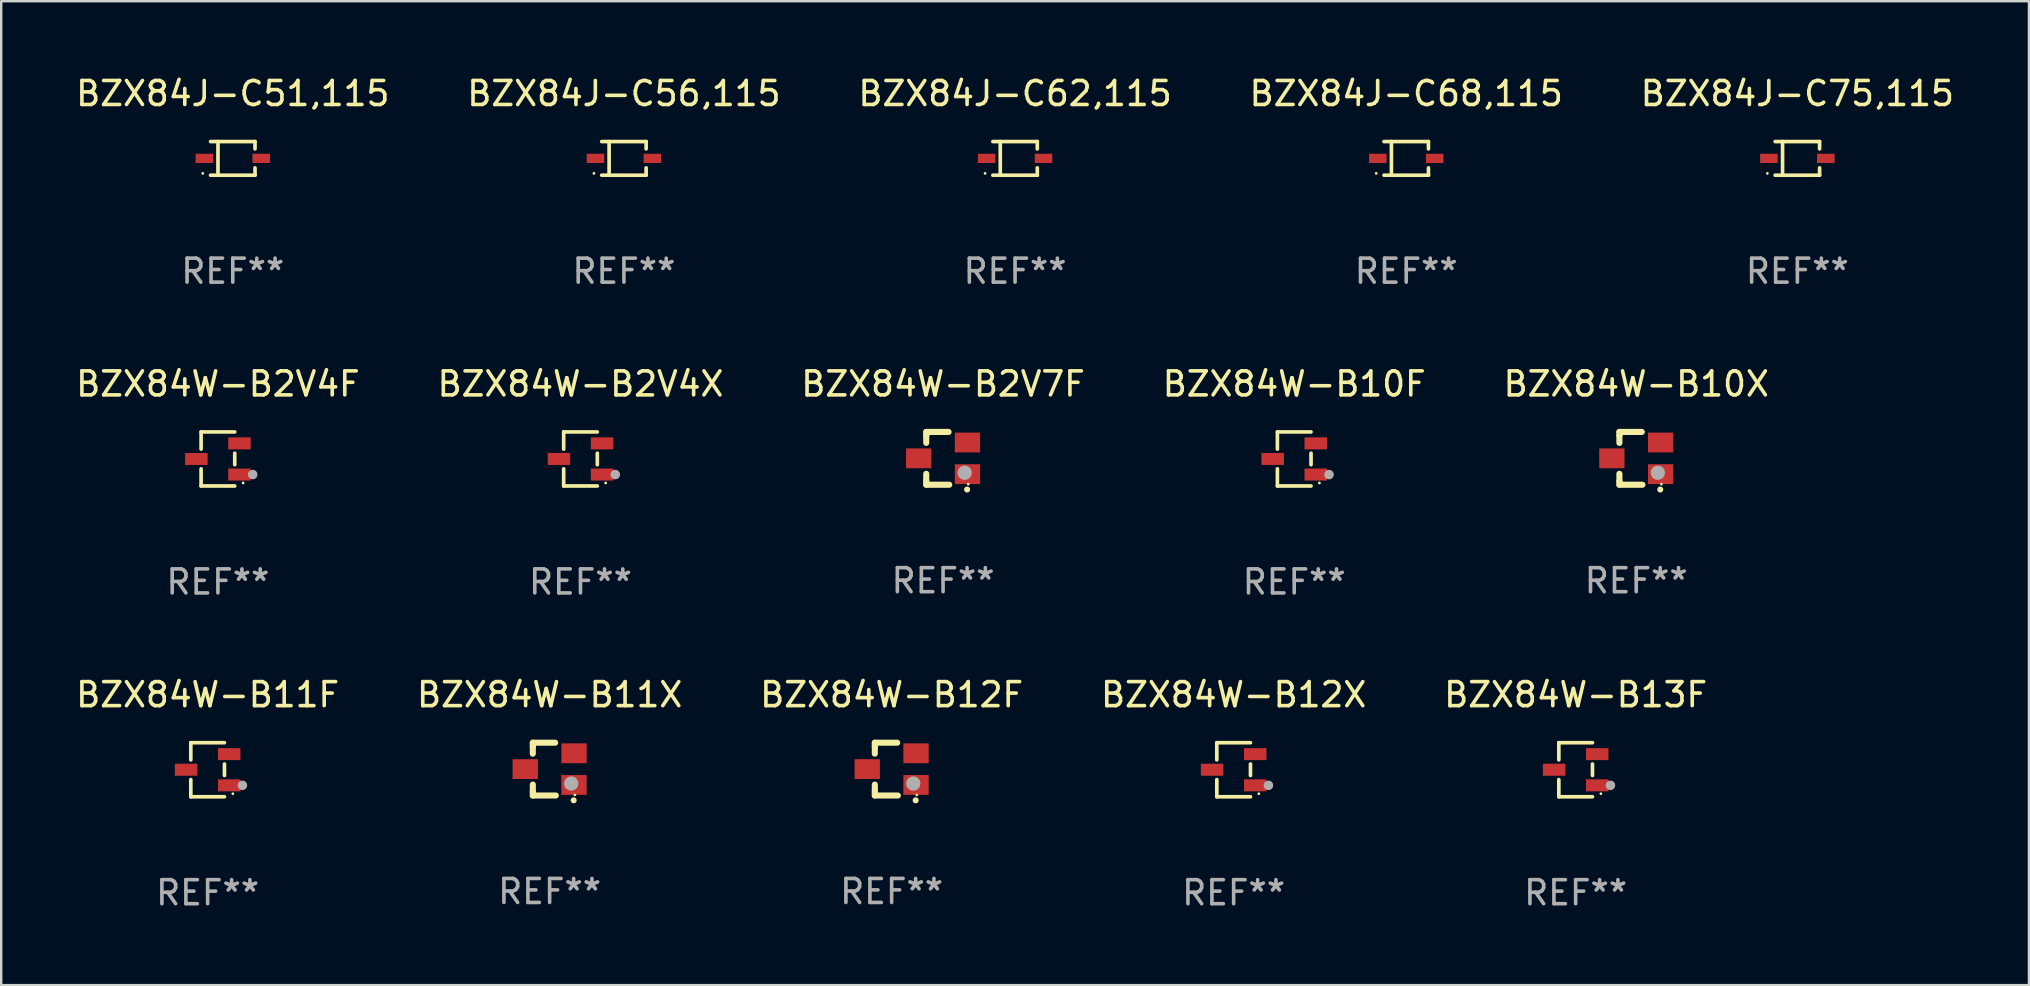
<source format=kicad_pcb>
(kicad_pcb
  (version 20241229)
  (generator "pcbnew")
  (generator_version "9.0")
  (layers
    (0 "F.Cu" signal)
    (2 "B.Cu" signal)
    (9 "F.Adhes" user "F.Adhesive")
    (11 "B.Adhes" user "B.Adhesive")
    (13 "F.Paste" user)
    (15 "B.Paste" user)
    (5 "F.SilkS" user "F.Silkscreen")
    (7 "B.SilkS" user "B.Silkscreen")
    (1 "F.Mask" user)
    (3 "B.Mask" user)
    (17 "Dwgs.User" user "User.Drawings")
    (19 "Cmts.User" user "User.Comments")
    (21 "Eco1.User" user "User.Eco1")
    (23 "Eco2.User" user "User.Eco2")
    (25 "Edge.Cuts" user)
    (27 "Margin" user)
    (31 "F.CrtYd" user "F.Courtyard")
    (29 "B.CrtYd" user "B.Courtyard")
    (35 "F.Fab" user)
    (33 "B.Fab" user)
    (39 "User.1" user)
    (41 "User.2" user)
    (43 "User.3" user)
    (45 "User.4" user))
  (footprint "BZX84W-B11X"
    (layer "F.Cu")
    (at 19.851 28.996)
    (property "Reference" "BZX84W-B11X" (at 0 -3.1 0) (layer "F.SilkS") (effects (font (size 1 1) (thickness 0.15))))
    (attr through_hole)
    (fp_line (start -0.701 -0.95) (end -0.701 -1.1) (stroke (width 0.254) (type solid)) (layer "F.SilkS"))
    (fp_line (start -0.701 -0.644) (end -0.701 -0.95) (stroke (width 0.254) (type solid)) (layer "F.SilkS"))
    (fp_line (start -0.701 0.95) (end -0.701 0.644) (stroke (width 0.254) (type solid)) (layer "F.SilkS"))
    (fp_line (start -0.701 0.95) (end -0.701 1.1) (stroke (width 0.254) (type solid)) (layer "F.SilkS"))
    (fp_line (start -0.7 -1.1) (end 0.23 -1.1) (stroke (width 0.254) (type solid)) (layer "F.SilkS"))
    (fp_line (start -0.7 1.1) (end 0.258 1.1) (stroke (width 0.254) (type solid)) (layer "F.SilkS"))
    (fp_arc (start 1 1.3) (mid 1.00127 1.299994) (end 1.00254 1.3) (stroke (width 0.24892) (type solid)) (layer "F.SilkS"))
    (fp_circle (center 1.05 1.075) (end 1.08 1.075) (stroke (width 0.06) (type solid)) (fill no) (layer "F.SilkS"))
    (fp_circle (center 0.9 0.6) (end 1.05 0.6) (stroke (width 0.3) (type solid)) (fill no) (layer "F.Fab"))
    (fp_text user "REF**" (at 0 5.1 0) (layer "F.Fab") (effects (font (size 1 1) (thickness 0.15))))
    (pad "1" smd rect (at 1.016 0.66) (size 1.054 0.826) (layers "F.Cu" "F.Mask" "F.Paste"))
    (pad "2" smd rect (at 1.016 -0.66) (size 1.054 0.826) (layers "F.Cu" "F.Mask" "F.Paste"))
    (pad "3" smd rect (at -1.016 0) (size 1.054 0.826) (layers "F.Cu" "F.Mask" "F.Paste")))
  (footprint "BZX84W-B12F"
    (layer "F.Cu")
    (at 34.101 28.996)
    (property "Reference" "BZX84W-B12F" (at 0 -3.1 0) (layer "F.SilkS") (effects (font (size 1 1) (thickness 0.15))))
    (attr through_hole)
    (fp_line (start -0.701 -0.95) (end -0.701 -1.1) (stroke (width 0.254) (type solid)) (layer "F.SilkS"))
    (fp_line (start -0.701 -0.644) (end -0.701 -0.95) (stroke (width 0.254) (type solid)) (layer "F.SilkS"))
    (fp_line (start -0.701 0.95) (end -0.701 0.644) (stroke (width 0.254) (type solid)) (layer "F.SilkS"))
    (fp_line (start -0.701 0.95) (end -0.701 1.1) (stroke (width 0.254) (type solid)) (layer "F.SilkS"))
    (fp_line (start -0.7 -1.1) (end 0.23 -1.1) (stroke (width 0.254) (type solid)) (layer "F.SilkS"))
    (fp_line (start -0.7 1.1) (end 0.258 1.1) (stroke (width 0.254) (type solid)) (layer "F.SilkS"))
    (fp_arc (start 1 1.3) (mid 1.00127 1.299994) (end 1.00254 1.3) (stroke (width 0.24892) (type solid)) (layer "F.SilkS"))
    (fp_circle (center 1.05 1.075) (end 1.08 1.075) (stroke (width 0.06) (type solid)) (fill no) (layer "F.SilkS"))
    (fp_circle (center 0.9 0.6) (end 1.05 0.6) (stroke (width 0.3) (type solid)) (fill no) (layer "F.Fab"))
    (fp_text user "REF**" (at 0 5.1 0) (layer "F.Fab") (effects (font (size 1 1) (thickness 0.15))))
    (pad "1" smd rect (at 1.016 0.66) (size 1.054 0.826) (layers "F.Cu" "F.Mask" "F.Paste"))
    (pad "2" smd rect (at 1.016 -0.66) (size 1.054 0.826) (layers "F.Cu" "F.Mask" "F.Paste"))
    (pad "3" smd rect (at -1.016 0) (size 1.054 0.826) (layers "F.Cu" "F.Mask" "F.Paste")))
  (footprint "BZX84J-C68,115"
    (layer "F.Cu")
    (at 55.542 3.549)
    (property "Reference" "BZX84J-C68,115" (at 0 -2.701 0) (layer "F.SilkS") (effects (font (size 1 1) (thickness 0.15))))
    (attr through_hole)
    (fp_line (start -0.926 -0.701) (end 0.926 -0.701) (stroke (width 0.152) (type solid)) (layer "F.SilkS"))
    (fp_line (start -0.926 0.701) (end 0.926 0.701) (stroke (width 0.152) (type solid)) (layer "F.SilkS"))
    (fp_line (start -0.617 -0.701) (end -0.617 0.701) (stroke (width 0.152) (type solid)) (layer "F.SilkS"))
    (fp_line (start 0.926 -0.701) (end 0.926 -0.396) (stroke (width 0.152) (type solid)) (layer "F.SilkS"))
    (fp_line (start 0.926 0.701) (end 0.926 0.396) (stroke (width 0.152) (type solid)) (layer "F.SilkS"))
    (fp_circle (center -1.25 0.625) (end -1.22 0.625) (stroke (width 0.06) (type solid)) (fill no) (layer "F.SilkS"))
    (fp_text user "REF**" (at 0 4.701 0) (layer "F.Fab") (effects (font (size 1 1) (thickness 0.15))))
    (pad "1" smd rect (at -1.185 0 180) (size 0.73 0.385) (layers "F.Cu" "F.Mask" "F.Paste"))
    (pad "2" smd rect (at 1.185 0 180) (size 0.73 0.385) (layers "F.Cu" "F.Mask" "F.Paste")))
  (footprint "BZX84W-B10X"
    (layer "F.Cu")
    (at 65.125 16.047)
    (property "Reference" "BZX84W-B10X" (at 0 -3.1 0) (layer "F.SilkS") (effects (font (size 1 1) (thickness 0.15))))
    (attr through_hole)
    (fp_line (start -0.701 -0.95) (end -0.701 -1.1) (stroke (width 0.254) (type solid)) (layer "F.SilkS"))
    (fp_line (start -0.701 -0.644) (end -0.701 -0.95) (stroke (width 0.254) (type solid)) (layer "F.SilkS"))
    (fp_line (start -0.701 0.95) (end -0.701 0.644) (stroke (width 0.254) (type solid)) (layer "F.SilkS"))
    (fp_line (start -0.701 0.95) (end -0.701 1.1) (stroke (width 0.254) (type solid)) (layer "F.SilkS"))
    (fp_line (start -0.7 -1.1) (end 0.23 -1.1) (stroke (width 0.254) (type solid)) (layer "F.SilkS"))
    (fp_line (start -0.7 1.1) (end 0.258 1.1) (stroke (width 0.254) (type solid)) (layer "F.SilkS"))
    (fp_arc (start 1 1.3) (mid 1.00127 1.299994) (end 1.00254 1.3) (stroke (width 0.24892) (type solid)) (layer "F.SilkS"))
    (fp_circle (center 1.05 1.075) (end 1.08 1.075) (stroke (width 0.06) (type solid)) (fill no) (layer "F.SilkS"))
    (fp_circle (center 0.9 0.6) (end 1.05 0.6) (stroke (width 0.3) (type solid)) (fill no) (layer "F.Fab"))
    (fp_text user "REF**" (at 0 5.1 0) (layer "F.Fab") (effects (font (size 1 1) (thickness 0.15))))
    (pad "1" smd rect (at 1.016 0.66) (size 1.054 0.826) (layers "F.Cu" "F.Mask" "F.Paste"))
    (pad "2" smd rect (at 1.016 -0.66) (size 1.054 0.826) (layers "F.Cu" "F.Mask" "F.Paste"))
    (pad "3" smd rect (at -1.016 0) (size 1.054 0.826) (layers "F.Cu" "F.Mask" "F.Paste")))
  (footprint "BZX84W-B13F"
    (layer "F.Cu")
    (at 62.601 29.022)
    (property "Reference" "BZX84W-B13F" (at 0 -3.126 0) (layer "F.SilkS") (effects (font (size 1 1) (thickness 0.15))))
    (attr through_hole)
    (fp_line (start -0.701 -1.126) (end -0.701 -0.411) (stroke (width 0.152) (type solid)) (layer "F.SilkS"))
    (fp_line (start -0.701 1.126) (end -0.701 0.411) (stroke (width 0.152) (type solid)) (layer "F.SilkS"))
    (fp_line (start 0.701 -1.126) (end -0.701 -1.126) (stroke (width 0.152) (type solid)) (layer "F.SilkS"))
    (fp_line (start 0.701 -0.239) (end 0.701 0.239) (stroke (width 0.152) (type solid)) (layer "F.SilkS"))
    (fp_line (start 0.701 1.126) (end -0.701 1.126) (stroke (width 0.152) (type solid)) (layer "F.SilkS"))
    (fp_circle (center 1.05 1) (end 1.08 1) (stroke (width 0.06) (type solid)) (fill no) (layer "F.SilkS"))
    (fp_circle (center 1.45 0.65) (end 1.55 0.65) (stroke (width 0.2) (type solid)) (fill no) (layer "F.Fab"))
    (fp_text user "REF**" (at 0 5.126 0) (layer "F.Fab") (effects (font (size 1 1) (thickness 0.15))))
    (pad "1" smd rect (at 0.898 0.65) (size 0.936 0.5) (layers "F.Cu" "F.Mask" "F.Paste"))
    (pad "2" smd rect (at 0.898 -0.65) (size 0.936 0.5) (layers "F.Cu" "F.Mask" "F.Paste"))
    (pad "3" smd rect (at -0.898 0) (size 0.936 0.5) (layers "F.Cu" "F.Mask" "F.Paste")))
  (footprint "BZX84J-C51,115"
    (layer "F.Cu")
    (at 6.649 3.549)
    (property "Reference" "BZX84J-C51,115" (at 0 -2.701 0) (layer "F.SilkS") (effects (font (size 1 1) (thickness 0.15))))
    (attr through_hole)
    (fp_line (start -0.926 -0.701) (end 0.926 -0.701) (stroke (width 0.152) (type solid)) (layer "F.SilkS"))
    (fp_line (start -0.926 0.701) (end 0.926 0.701) (stroke (width 0.152) (type solid)) (layer "F.SilkS"))
    (fp_line (start -0.617 -0.701) (end -0.617 0.701) (stroke (width 0.152) (type solid)) (layer "F.SilkS"))
    (fp_line (start 0.926 -0.701) (end 0.926 -0.396) (stroke (width 0.152) (type solid)) (layer "F.SilkS"))
    (fp_line (start 0.926 0.701) (end 0.926 0.396) (stroke (width 0.152) (type solid)) (layer "F.SilkS"))
    (fp_circle (center -1.25 0.625) (end -1.22 0.625) (stroke (width 0.06) (type solid)) (fill no) (layer "F.SilkS"))
    (fp_text user "REF**" (at 0 4.701 0) (layer "F.Fab") (effects (font (size 1 1) (thickness 0.15))))
    (pad "1" smd rect (at -1.185 0 180) (size 0.73 0.385) (layers "F.Cu" "F.Mask" "F.Paste"))
    (pad "2" smd rect (at 1.185 0 180) (size 0.73 0.385) (layers "F.Cu" "F.Mask" "F.Paste")))
  (footprint "BZX84W-B2V7F"
    (layer "F.Cu")
    (at 36.244 16.047)
    (property "Reference" "BZX84W-B2V7F" (at 0 -3.1 0) (layer "F.SilkS") (effects (font (size 1 1) (thickness 0.15))))
    (attr through_hole)
    (fp_line (start -0.701 -0.95) (end -0.701 -1.1) (stroke (width 0.254) (type solid)) (layer "F.SilkS"))
    (fp_line (start -0.701 -0.644) (end -0.701 -0.95) (stroke (width 0.254) (type solid)) (layer "F.SilkS"))
    (fp_line (start -0.701 0.95) (end -0.701 0.644) (stroke (width 0.254) (type solid)) (layer "F.SilkS"))
    (fp_line (start -0.701 0.95) (end -0.701 1.1) (stroke (width 0.254) (type solid)) (layer "F.SilkS"))
    (fp_line (start -0.7 -1.1) (end 0.23 -1.1) (stroke (width 0.254) (type solid)) (layer "F.SilkS"))
    (fp_line (start -0.7 1.1) (end 0.258 1.1) (stroke (width 0.254) (type solid)) (layer "F.SilkS"))
    (fp_arc (start 1 1.3) (mid 1.00127 1.299994) (end 1.00254 1.3) (stroke (width 0.24892) (type solid)) (layer "F.SilkS"))
    (fp_circle (center 1.05 1.075) (end 1.08 1.075) (stroke (width 0.06) (type solid)) (fill no) (layer "F.SilkS"))
    (fp_circle (center 0.9 0.6) (end 1.05 0.6) (stroke (width 0.3) (type solid)) (fill no) (layer "F.Fab"))
    (fp_text user "REF**" (at 0 5.1 0) (layer "F.Fab") (effects (font (size 1 1) (thickness 0.15))))
    (pad "1" smd rect (at 1.016 0.66) (size 1.054 0.826) (layers "F.Cu" "F.Mask" "F.Paste"))
    (pad "2" smd rect (at 1.016 -0.66) (size 1.054 0.826) (layers "F.Cu" "F.Mask" "F.Paste"))
    (pad "3" smd rect (at -1.016 0) (size 1.054 0.826) (layers "F.Cu" "F.Mask" "F.Paste")))
  (footprint "BZX84W-B11F"
    (layer "F.Cu")
    (at 5.601 29.022)
    (property "Reference" "BZX84W-B11F" (at 0 -3.126 0) (layer "F.SilkS") (effects (font (size 1 1) (thickness 0.15))))
    (attr through_hole)
    (fp_line (start -0.701 -1.126) (end -0.701 -0.411) (stroke (width 0.152) (type solid)) (layer "F.SilkS"))
    (fp_line (start -0.701 1.126) (end -0.701 0.411) (stroke (width 0.152) (type solid)) (layer "F.SilkS"))
    (fp_line (start 0.701 -1.126) (end -0.701 -1.126) (stroke (width 0.152) (type solid)) (layer "F.SilkS"))
    (fp_line (start 0.701 -0.239) (end 0.701 0.239) (stroke (width 0.152) (type solid)) (layer "F.SilkS"))
    (fp_line (start 0.701 1.126) (end -0.701 1.126) (stroke (width 0.152) (type solid)) (layer "F.SilkS"))
    (fp_circle (center 1.05 1) (end 1.08 1) (stroke (width 0.06) (type solid)) (fill no) (layer "F.SilkS"))
    (fp_circle (center 1.45 0.65) (end 1.55 0.65) (stroke (width 0.2) (type solid)) (fill no) (layer "F.Fab"))
    (fp_text user "REF**" (at 0 5.126 0) (layer "F.Fab") (effects (font (size 1 1) (thickness 0.15))))
    (pad "1" smd rect (at 0.898 0.65) (size 0.936 0.5) (layers "F.Cu" "F.Mask" "F.Paste"))
    (pad "2" smd rect (at 0.898 -0.65) (size 0.936 0.5) (layers "F.Cu" "F.Mask" "F.Paste"))
    (pad "3" smd rect (at -0.898 0) (size 0.936 0.5) (layers "F.Cu" "F.Mask" "F.Paste")))
  (footprint "BZX84W-B10F"
    (layer "F.Cu")
    (at 50.875 16.073)
    (property "Reference" "BZX84W-B10F" (at 0 -3.126 0) (layer "F.SilkS") (effects (font (size 1 1) (thickness 0.15))))
    (attr through_hole)
    (fp_line (start -0.701 -1.126) (end -0.701 -0.411) (stroke (width 0.152) (type solid)) (layer "F.SilkS"))
    (fp_line (start -0.701 1.126) (end -0.701 0.411) (stroke (width 0.152) (type solid)) (layer "F.SilkS"))
    (fp_line (start 0.701 -1.126) (end -0.701 -1.126) (stroke (width 0.152) (type solid)) (layer "F.SilkS"))
    (fp_line (start 0.701 -0.239) (end 0.701 0.239) (stroke (width 0.152) (type solid)) (layer "F.SilkS"))
    (fp_line (start 0.701 1.126) (end -0.701 1.126) (stroke (width 0.152) (type solid)) (layer "F.SilkS"))
    (fp_circle (center 1.05 1) (end 1.08 1) (stroke (width 0.06) (type solid)) (fill no) (layer "F.SilkS"))
    (fp_circle (center 1.45 0.65) (end 1.55 0.65) (stroke (width 0.2) (type solid)) (fill no) (layer "F.Fab"))
    (fp_text user "REF**" (at 0 5.126 0) (layer "F.Fab") (effects (font (size 1 1) (thickness 0.15))))
    (pad "1" smd rect (at 0.898 0.65) (size 0.936 0.5) (layers "F.Cu" "F.Mask" "F.Paste"))
    (pad "2" smd rect (at 0.898 -0.65) (size 0.936 0.5) (layers "F.Cu" "F.Mask" "F.Paste"))
    (pad "3" smd rect (at -0.898 0) (size 0.936 0.5) (layers "F.Cu" "F.Mask" "F.Paste")))
  (footprint "BZX84W-B2V4X"
    (layer "F.Cu")
    (at 21.137 16.073)
    (property "Reference" "BZX84W-B2V4X" (at 0 -3.126 0) (layer "F.SilkS") (effects (font (size 1 1) (thickness 0.15))))
    (attr through_hole)
    (fp_line (start -0.701 -1.126) (end -0.701 -0.411) (stroke (width 0.152) (type solid)) (layer "F.SilkS"))
    (fp_line (start -0.701 1.126) (end -0.701 0.411) (stroke (width 0.152) (type solid)) (layer "F.SilkS"))
    (fp_line (start 0.701 -1.126) (end -0.701 -1.126) (stroke (width 0.152) (type solid)) (layer "F.SilkS"))
    (fp_line (start 0.701 -0.239) (end 0.701 0.239) (stroke (width 0.152) (type solid)) (layer "F.SilkS"))
    (fp_line (start 0.701 1.126) (end -0.701 1.126) (stroke (width 0.152) (type solid)) (layer "F.SilkS"))
    (fp_circle (center 1.05 1) (end 1.08 1) (stroke (width 0.06) (type solid)) (fill no) (layer "F.SilkS"))
    (fp_circle (center 1.45 0.65) (end 1.55 0.65) (stroke (width 0.2) (type solid)) (fill no) (layer "F.Fab"))
    (fp_text user "REF**" (at 0 5.126 0) (layer "F.Fab") (effects (font (size 1 1) (thickness 0.15))))
    (pad "1" smd rect (at 0.898 0.65) (size 0.936 0.5) (layers "F.Cu" "F.Mask" "F.Paste"))
    (pad "2" smd rect (at 0.898 -0.65) (size 0.936 0.5) (layers "F.Cu" "F.Mask" "F.Paste"))
    (pad "3" smd rect (at -0.898 0) (size 0.936 0.5) (layers "F.Cu" "F.Mask" "F.Paste")))
  (footprint "BZX84J-C75,115"
    (layer "F.Cu")
    (at 71.839 3.549)
    (property "Reference" "BZX84J-C75,115" (at 0 -2.701 0) (layer "F.SilkS") (effects (font (size 1 1) (thickness 0.15))))
    (attr through_hole)
    (fp_line (start -0.926 -0.701) (end 0.926 -0.701) (stroke (width 0.152) (type solid)) (layer "F.SilkS"))
    (fp_line (start -0.926 0.701) (end 0.926 0.701) (stroke (width 0.152) (type solid)) (layer "F.SilkS"))
    (fp_line (start -0.617 -0.701) (end -0.617 0.701) (stroke (width 0.152) (type solid)) (layer "F.SilkS"))
    (fp_line (start 0.926 -0.701) (end 0.926 -0.396) (stroke (width 0.152) (type solid)) (layer "F.SilkS"))
    (fp_line (start 0.926 0.701) (end 0.926 0.396) (stroke (width 0.152) (type solid)) (layer "F.SilkS"))
    (fp_circle (center -1.25 0.625) (end -1.22 0.625) (stroke (width 0.06) (type solid)) (fill no) (layer "F.SilkS"))
    (fp_text user "REF**" (at 0 4.701 0) (layer "F.Fab") (effects (font (size 1 1) (thickness 0.15))))
    (pad "1" smd rect (at -1.185 0 180) (size 0.73 0.385) (layers "F.Cu" "F.Mask" "F.Paste"))
    (pad "2" smd rect (at 1.185 0 180) (size 0.73 0.385) (layers "F.Cu" "F.Mask" "F.Paste")))
  (footprint "BZX84W-B12X"
    (layer "F.Cu")
    (at 48.351 29.022)
    (property "Reference" "BZX84W-B12X" (at 0 -3.126 0) (layer "F.SilkS") (effects (font (size 1 1) (thickness 0.15))))
    (attr through_hole)
    (fp_line (start -0.701 -1.126) (end -0.701 -0.411) (stroke (width 0.152) (type solid)) (layer "F.SilkS"))
    (fp_line (start -0.701 1.126) (end -0.701 0.411) (stroke (width 0.152) (type solid)) (layer "F.SilkS"))
    (fp_line (start 0.701 -1.126) (end -0.701 -1.126) (stroke (width 0.152) (type solid)) (layer "F.SilkS"))
    (fp_line (start 0.701 -0.239) (end 0.701 0.239) (stroke (width 0.152) (type solid)) (layer "F.SilkS"))
    (fp_line (start 0.701 1.126) (end -0.701 1.126) (stroke (width 0.152) (type solid)) (layer "F.SilkS"))
    (fp_circle (center 1.05 1) (end 1.08 1) (stroke (width 0.06) (type solid)) (fill no) (layer "F.SilkS"))
    (fp_circle (center 1.45 0.65) (end 1.55 0.65) (stroke (width 0.2) (type solid)) (fill no) (layer "F.Fab"))
    (fp_text user "REF**" (at 0 5.126 0) (layer "F.Fab") (effects (font (size 1 1) (thickness 0.15))))
    (pad "1" smd rect (at 0.898 0.65) (size 0.936 0.5) (layers "F.Cu" "F.Mask" "F.Paste"))
    (pad "2" smd rect (at 0.898 -0.65) (size 0.936 0.5) (layers "F.Cu" "F.Mask" "F.Paste"))
    (pad "3" smd rect (at -0.898 0) (size 0.936 0.5) (layers "F.Cu" "F.Mask" "F.Paste")))
  (footprint "BZX84J-C62,115"
    (layer "F.Cu")
    (at 39.244 3.549)
    (property "Reference" "BZX84J-C62,115" (at 0 -2.701 0) (layer "F.SilkS") (effects (font (size 1 1) (thickness 0.15))))
    (attr through_hole)
    (fp_line (start -0.926 -0.701) (end 0.926 -0.701) (stroke (width 0.152) (type solid)) (layer "F.SilkS"))
    (fp_line (start -0.926 0.701) (end 0.926 0.701) (stroke (width 0.152) (type solid)) (layer "F.SilkS"))
    (fp_line (start -0.617 -0.701) (end -0.617 0.701) (stroke (width 0.152) (type solid)) (layer "F.SilkS"))
    (fp_line (start 0.926 -0.701) (end 0.926 -0.396) (stroke (width 0.152) (type solid)) (layer "F.SilkS"))
    (fp_line (start 0.926 0.701) (end 0.926 0.396) (stroke (width 0.152) (type solid)) (layer "F.SilkS"))
    (fp_circle (center -1.25 0.625) (end -1.22 0.625) (stroke (width 0.06) (type solid)) (fill no) (layer "F.SilkS"))
    (fp_text user "REF**" (at 0 4.701 0) (layer "F.Fab") (effects (font (size 1 1) (thickness 0.15))))
    (pad "1" smd rect (at -1.185 0 180) (size 0.73 0.385) (layers "F.Cu" "F.Mask" "F.Paste"))
    (pad "2" smd rect (at 1.185 0 180) (size 0.73 0.385) (layers "F.Cu" "F.Mask" "F.Paste")))
  (footprint "BZX84J-C56,115"
    (layer "F.Cu")
    (at 22.946 3.549)
    (property "Reference" "BZX84J-C56,115" (at 0 -2.701 0) (layer "F.SilkS") (effects (font (size 1 1) (thickness 0.15))))
    (attr through_hole)
    (fp_line (start -0.926 -0.701) (end 0.926 -0.701) (stroke (width 0.152) (type solid)) (layer "F.SilkS"))
    (fp_line (start -0.926 0.701) (end 0.926 0.701) (stroke (width 0.152) (type solid)) (layer "F.SilkS"))
    (fp_line (start -0.617 -0.701) (end -0.617 0.701) (stroke (width 0.152) (type solid)) (layer "F.SilkS"))
    (fp_line (start 0.926 -0.701) (end 0.926 -0.396) (stroke (width 0.152) (type solid)) (layer "F.SilkS"))
    (fp_line (start 0.926 0.701) (end 0.926 0.396) (stroke (width 0.152) (type solid)) (layer "F.SilkS"))
    (fp_circle (center -1.25 0.625) (end -1.22 0.625) (stroke (width 0.06) (type solid)) (fill no) (layer "F.SilkS"))
    (fp_text user "REF**" (at 0 4.701 0) (layer "F.Fab") (effects (font (size 1 1) (thickness 0.15))))
    (pad "1" smd rect (at -1.185 0 180) (size 0.73 0.385) (layers "F.Cu" "F.Mask" "F.Paste"))
    (pad "2" smd rect (at 1.185 0 180) (size 0.73 0.385) (layers "F.Cu" "F.Mask" "F.Paste")))
  (footprint "BZX84W-B2V4F"
    (layer "F.Cu")
    (at 6.03 16.073)
    (property "Reference" "BZX84W-B2V4F" (at 0 -3.126 0) (layer "F.SilkS") (effects (font (size 1 1) (thickness 0.15))))
    (attr through_hole)
    (fp_line (start -0.701 -1.126) (end -0.701 -0.411) (stroke (width 0.152) (type solid)) (layer "F.SilkS"))
    (fp_line (start -0.701 1.126) (end -0.701 0.411) (stroke (width 0.152) (type solid)) (layer "F.SilkS"))
    (fp_line (start 0.701 -1.126) (end -0.701 -1.126) (stroke (width 0.152) (type solid)) (layer "F.SilkS"))
    (fp_line (start 0.701 -0.239) (end 0.701 0.239) (stroke (width 0.152) (type solid)) (layer "F.SilkS"))
    (fp_line (start 0.701 1.126) (end -0.701 1.126) (stroke (width 0.152) (type solid)) (layer "F.SilkS"))
    (fp_circle (center 1.05 1) (end 1.08 1) (stroke (width 0.06) (type solid)) (fill no) (layer "F.SilkS"))
    (fp_circle (center 1.45 0.65) (end 1.55 0.65) (stroke (width 0.2) (type solid)) (fill no) (layer "F.Fab"))
    (fp_text user "REF**" (at 0 5.126 0) (layer "F.Fab") (effects (font (size 1 1) (thickness 0.15))))
    (pad "1" smd rect (at 0.898 0.65) (size 0.936 0.5) (layers "F.Cu" "F.Mask" "F.Paste"))
    (pad "2" smd rect (at 0.898 -0.65) (size 0.936 0.5) (layers "F.Cu" "F.Mask" "F.Paste"))
    (pad "3" smd rect (at -0.898 0) (size 0.936 0.5) (layers "F.Cu" "F.Mask" "F.Paste")))
  (gr_rect
    (start -3 -3)
    (end 81.488 37.997)
    (stroke (width 0.1) (type default))
    (fill no)
    (layer "Edge.Cuts")))
</source>
